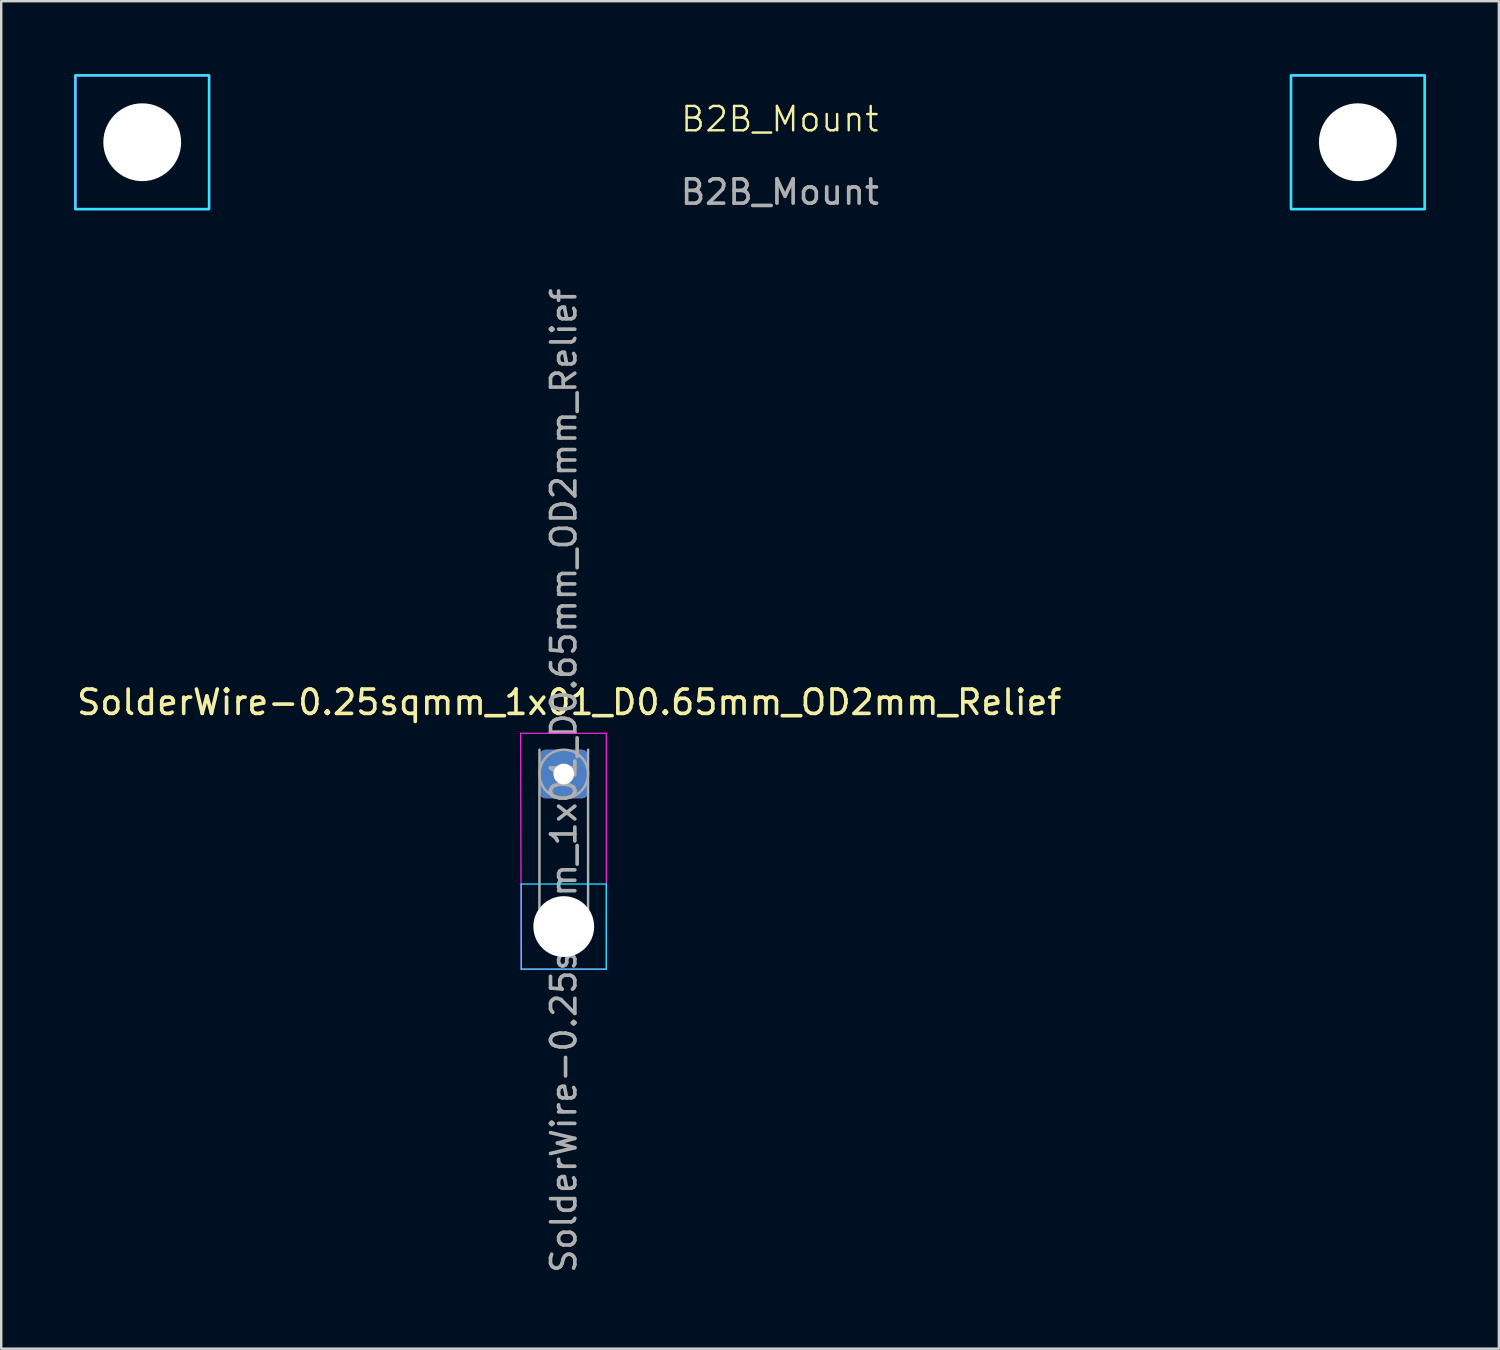
<source format=kicad_pcb>
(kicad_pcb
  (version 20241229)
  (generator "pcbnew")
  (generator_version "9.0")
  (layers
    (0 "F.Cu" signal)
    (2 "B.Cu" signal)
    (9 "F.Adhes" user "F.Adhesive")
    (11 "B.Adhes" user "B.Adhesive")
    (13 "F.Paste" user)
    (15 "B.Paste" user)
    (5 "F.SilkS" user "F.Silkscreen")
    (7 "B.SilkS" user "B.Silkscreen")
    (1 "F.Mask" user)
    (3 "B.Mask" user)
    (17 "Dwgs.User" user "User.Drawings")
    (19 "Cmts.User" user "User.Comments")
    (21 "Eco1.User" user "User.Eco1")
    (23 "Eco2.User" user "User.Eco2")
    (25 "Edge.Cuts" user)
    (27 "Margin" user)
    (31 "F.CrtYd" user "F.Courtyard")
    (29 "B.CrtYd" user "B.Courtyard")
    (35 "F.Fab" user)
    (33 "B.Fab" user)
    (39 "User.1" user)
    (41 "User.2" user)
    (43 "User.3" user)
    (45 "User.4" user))
  (footprint "SolderWire-0.25sqmm_1x01_D0.65mm_OD2mm_Relief"
    (layer "F.Cu")
    (at 20.138 23.061)
    (property "Reference" "SolderWire-0.25sqmm_1x01_D0.65mm_OD2mm_Relief" (at 0.225 2.775 0) (layer "F.SilkS") (effects (font (size 1 1) (thickness 0.15))))
    (attr exclude_from_pos_files exclude_from_bom)
    (fp_line (start -1.75 10.25) (end -1.75 13.75) (stroke (width 0.05) (type solid)) (layer "B.CrtYd"))
    (fp_line (start -1.75 13.75) (end 1.75 13.75) (stroke (width 0.05) (type solid)) (layer "B.CrtYd"))
    (fp_line (start 1.75 10.25) (end -1.75 10.25) (stroke (width 0.05) (type solid)) (layer "B.CrtYd"))
    (fp_line (start 1.75 13.75) (end 1.75 10.25) (stroke (width 0.05) (type solid)) (layer "B.CrtYd"))
    (fp_line (start -1.774 4.05) (end -1.75 13.75) (stroke (width 0.05) (type solid)) (layer "F.CrtYd"))
    (fp_line (start -1.75 13.75) (end 1.75 13.75) (stroke (width 0.05) (type solid)) (layer "F.CrtYd"))
    (fp_line (start 1.75 4.05) (end -1.774 4.05) (stroke (width 0.05) (type solid)) (layer "F.CrtYd"))
    (fp_line (start 1.75 13.75) (end 1.75 4.05) (stroke (width 0.05) (type solid)) (layer "F.CrtYd"))
    (fp_line (start -1 4.725) (end -1 12) (stroke (width 0.1) (type solid)) (layer "F.Fab"))
    (fp_line (start 1 4.725) (end 1 12) (stroke (width 0.1) (type solid)) (layer "F.Fab"))
    (fp_circle (center 0 5.725) (end 1 5.725) (stroke (width 0.1) (type solid)) (fill no) (layer "F.Fab"))
    (fp_circle (center 0 12) (end 1 12) (stroke (width 0.1) (type solid)) (fill no) (layer "F.Fab"))
    (fp_text user "${REFERENCE}" (at 0 6 90) (layer "F.Fab") (effects (font (size 1 1) (thickness 0.15))))
    (pad "" np_thru_hole circle (at 0 12) (size 2.5 2.5) (drill 2.5) (layers "*.Cu" "*.Mask"))
    (pad "1" thru_hole roundrect (at 0 5.725) (size 2 2) (drill 0.85) (layers "*.Cu" "*.Mask") (roundrect_rratio 0.125)))
  (footprint "B2B_Mount"
    (layer "F.Cu")
    (at 29.225 3.1)
    (property "Reference" "B2B_Mount" (at -0.2 -1.25 0) (unlocked yes) (layer "F.SilkS") (effects (font (size 1 1) (thickness 0.1))))
    (attr smd)
    (fp_rect (start -29.175 -3.05) (end -23.675 2.45) (stroke (width 0.1) (type solid)) (fill no) (layer "B.CrtYd"))
    (fp_rect (start 20.825 -3.05) (end 26.325 2.45) (stroke (width 0.1) (type solid)) (fill no) (layer "B.CrtYd"))
    (fp_rect (start -29.175 -3.05) (end -23.675 2.45) (stroke (width 0.1) (type solid)) (fill no) (layer "F.CrtYd"))
    (fp_rect (start 20.825 -3.05) (end 26.325 2.45) (stroke (width 0.1) (type solid)) (fill no) (layer "F.CrtYd"))
    (fp_text user "${REFERENCE}" (at -0.2 1.75 0) (unlocked yes) (layer "F.Fab") (effects (font (size 1 1) (thickness 0.15))))
    (pad "" np_thru_hole circle (at -26.425 -0.3) (size 3.2 3.2) (drill 3.2) (layers "*.Cu" "*.Mask"))
    (pad "" np_thru_hole circle (at 23.575 -0.3) (size 3.2 3.2) (drill 3.2) (layers "*.Cu" "*.Mask")))
  (gr_rect
    (start -3 -3)
    (end 58.6 52.424)
    (stroke (width 0.1) (type default))
    (fill no)
    (layer "Edge.Cuts")))
</source>
